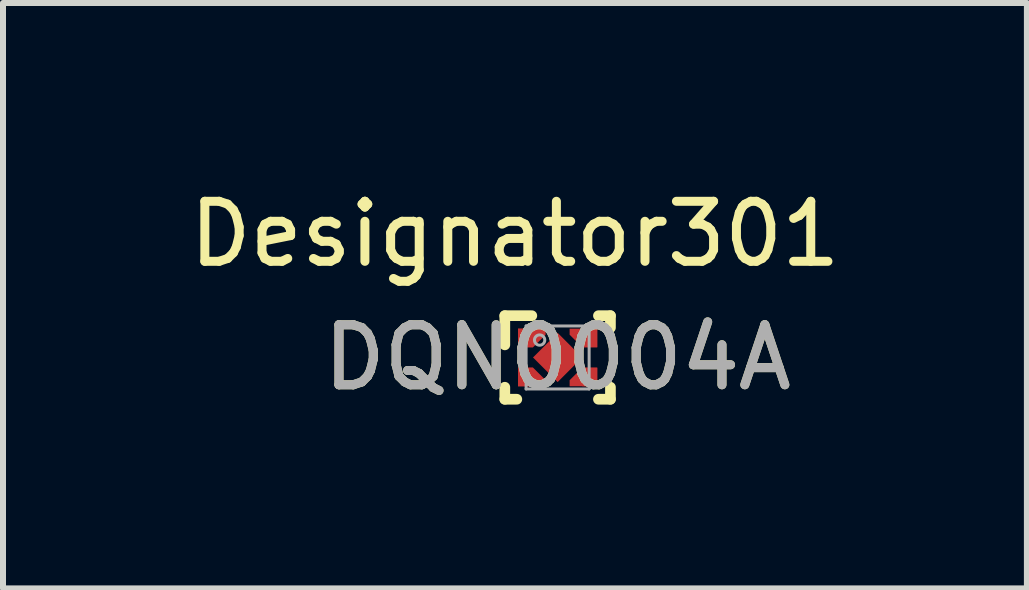
<source format=kicad_pcb>
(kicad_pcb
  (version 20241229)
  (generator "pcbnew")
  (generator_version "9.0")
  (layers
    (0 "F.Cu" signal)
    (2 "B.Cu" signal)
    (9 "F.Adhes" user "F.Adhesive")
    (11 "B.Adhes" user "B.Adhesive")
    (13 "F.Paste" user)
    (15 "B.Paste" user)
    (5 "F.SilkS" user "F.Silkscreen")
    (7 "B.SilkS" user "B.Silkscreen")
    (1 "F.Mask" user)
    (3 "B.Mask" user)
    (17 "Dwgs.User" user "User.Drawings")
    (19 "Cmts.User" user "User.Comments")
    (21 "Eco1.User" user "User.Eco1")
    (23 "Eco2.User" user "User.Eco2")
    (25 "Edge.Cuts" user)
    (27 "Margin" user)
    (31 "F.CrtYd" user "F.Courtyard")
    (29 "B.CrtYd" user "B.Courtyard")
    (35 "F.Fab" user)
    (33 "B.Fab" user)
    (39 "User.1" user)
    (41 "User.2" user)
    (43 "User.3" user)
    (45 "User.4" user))
  (footprint "DQN0004A"
    (layer "F.Cu")
    (at 6.241 2.906)
    (property "Reference" "DQN0004A" (at 0 0 0) (unlocked yes) (layer "F.SilkS") (effects (font (size 1 1) (thickness 0.15))))
    (attr smd)
    (fp_poly (pts (xy -0.66 -0.48) (xy -0.2 -0.48) (xy -0.2 -0.379) (xy -0.409 -0.17) (xy -0.66 -0.17)) (stroke (width 0) (type solid)) (fill yes) (layer "F.Cu"))
    (fp_poly (pts (xy -0.66 0.48) (xy -0.2 0.48) (xy -0.2 0.379) (xy -0.409 0.17) (xy -0.66 0.17)) (stroke (width 0) (type solid)) (fill yes) (layer "F.Cu"))
    (fp_poly (pts (xy 0.66 -0.48) (xy 0.2 -0.48) (xy 0.2 -0.379) (xy 0.409 -0.17) (xy 0.66 -0.17)) (stroke (width 0) (type solid)) (fill yes) (layer "F.Cu"))
    (fp_poly (pts (xy 0.66 0.48) (xy 0.2 0.48) (xy 0.2 0.379) (xy 0.409 0.17) (xy 0.66 0.17)) (stroke (width 0) (type solid)) (fill yes) (layer "F.Cu"))
    (fp_poly (pts (xy -0.61 -0.43) (xy -0.25 -0.43) (xy -0.25 -0.4) (xy -0.43 -0.22) (xy -0.61 -0.22)) (stroke (width 0) (type solid)) (fill yes) (layer "F.Mask"))
    (fp_poly (pts (xy -0.61 0.43) (xy -0.61 0.22) (xy -0.43 0.22) (xy -0.25 0.4) (xy -0.25 0.43)) (stroke (width 0) (type solid)) (fill yes) (layer "F.Mask"))
    (fp_poly (pts (xy 0.61 -0.43) (xy 0.61 -0.22) (xy 0.43 -0.22) (xy 0.25 -0.4) (xy 0.25 -0.43)) (stroke (width 0) (type solid)) (fill yes) (layer "F.Mask"))
    (fp_poly (pts (xy 0.61 0.43) (xy 0.25 0.43) (xy 0.25 0.4) (xy 0.43 0.22) (xy 0.61 0.22)) (stroke (width 0) (type solid)) (fill yes) (layer "F.Mask"))
    (fp_line (start -0.88 -0.696) (end -0.43 -0.696) (stroke (width 0.178) (type solid)) (layer "F.SilkS"))
    (fp_line (start -0.88 -0.21) (end -0.88 -0.696) (stroke (width 0.178) (type solid)) (layer "F.SilkS"))
    (fp_line (start -0.88 0.696) (end -0.88 0.496) (stroke (width 0.178) (type solid)) (layer "F.SilkS"))
    (fp_line (start -0.88 0.696) (end -0.68 0.696) (stroke (width 0.178) (type solid)) (layer "F.SilkS"))
    (fp_line (start 0.68 -0.696) (end 0.88 -0.696) (stroke (width 0.178) (type solid)) (layer "F.SilkS"))
    (fp_line (start 0.68 0.696) (end 0.88 0.696) (stroke (width 0.178) (type solid)) (layer "F.SilkS"))
    (fp_line (start 0.88 -0.496) (end 0.88 -0.696) (stroke (width 0.178) (type solid)) (layer "F.SilkS"))
    (fp_line (start 0.88 0.696) (end 0.88 0.496) (stroke (width 0.178) (type solid)) (layer "F.SilkS"))
    (fp_poly (pts (xy -0.65 -0.43) (xy -0.25 -0.43) (xy -0.25 -0.4) (xy -0.43 -0.22) (xy -0.65 -0.22)) (stroke (width 0) (type solid)) (fill yes) (layer "F.Paste"))
    (fp_poly (pts (xy -0.65 0.43) (xy -0.25 0.43) (xy -0.25 0.4) (xy -0.43 0.22) (xy -0.65 0.22)) (stroke (width 0) (type solid)) (fill yes) (layer "F.Paste"))
    (fp_poly (pts (xy 0.65 -0.43) (xy 0.25 -0.43) (xy 0.25 -0.4) (xy 0.43 -0.22) (xy 0.65 -0.22)) (stroke (width 0) (type solid)) (fill yes) (layer "F.Paste"))
    (fp_poly (pts (xy 0.65 0.43) (xy 0.25 0.43) (xy 0.25 0.4) (xy 0.43 0.22) (xy 0.65 0.22)) (stroke (width 0) (type solid)) (fill yes) (layer "F.Paste"))
    (fp_line (start -0.525 -0.525) (end 0.525 -0.525) (stroke (width 0.05) (type solid)) (layer "F.Fab"))
    (fp_line (start -0.525 0.525) (end -0.525 -0.525) (stroke (width 0.05) (type solid)) (layer "F.Fab"))
    (fp_line (start -0.525 0.525) (end 0.525 0.525) (stroke (width 0.05) (type solid)) (layer "F.Fab"))
    (fp_line (start 0.525 0.525) (end 0.525 -0.525) (stroke (width 0.05) (type solid)) (layer "F.Fab"))
    (fp_circle (center -0.3 -0.29) (end -0.214 -0.29) (stroke (width 0.05) (type solid)) (fill no) (layer "F.Fab"))
    (fp_text user "Designator301" (at -0.711 -2.057 0) (unlocked yes) (layer "F.SilkS") (effects (font (size 1 1) (thickness 0.15))))
    (fp_text user "${REFERENCE}" (at 0 0 0) (unlocked yes) (layer "F.Fab") (effects (font (size 1 1) (thickness 0.15))))
    (pad "1" smd rect (at -0.535 -0.325) (size 0.25 0.31) (layers "F.Cu"))
    (pad "2" smd rect (at -0.535 0.325) (size 0.25 0.31) (layers "F.Cu"))
    (pad "3" smd rect (at 0.535 0.325) (size 0.25 0.31) (layers "F.Cu"))
    (pad "4" smd rect (at 0.535 -0.325) (size 0.25 0.31) (layers "F.Cu"))
    (pad "5" smd rect (at 0 0 45) (size 0.58 0.58) (layers "F.Cu" "F.Mask" "F.Paste")))
  (gr_rect
    (start -3 -3)
    (end 14.06 6.754)
    (stroke (width 0.1) (type default))
    (fill no)
    (layer "Edge.Cuts")))
</source>
